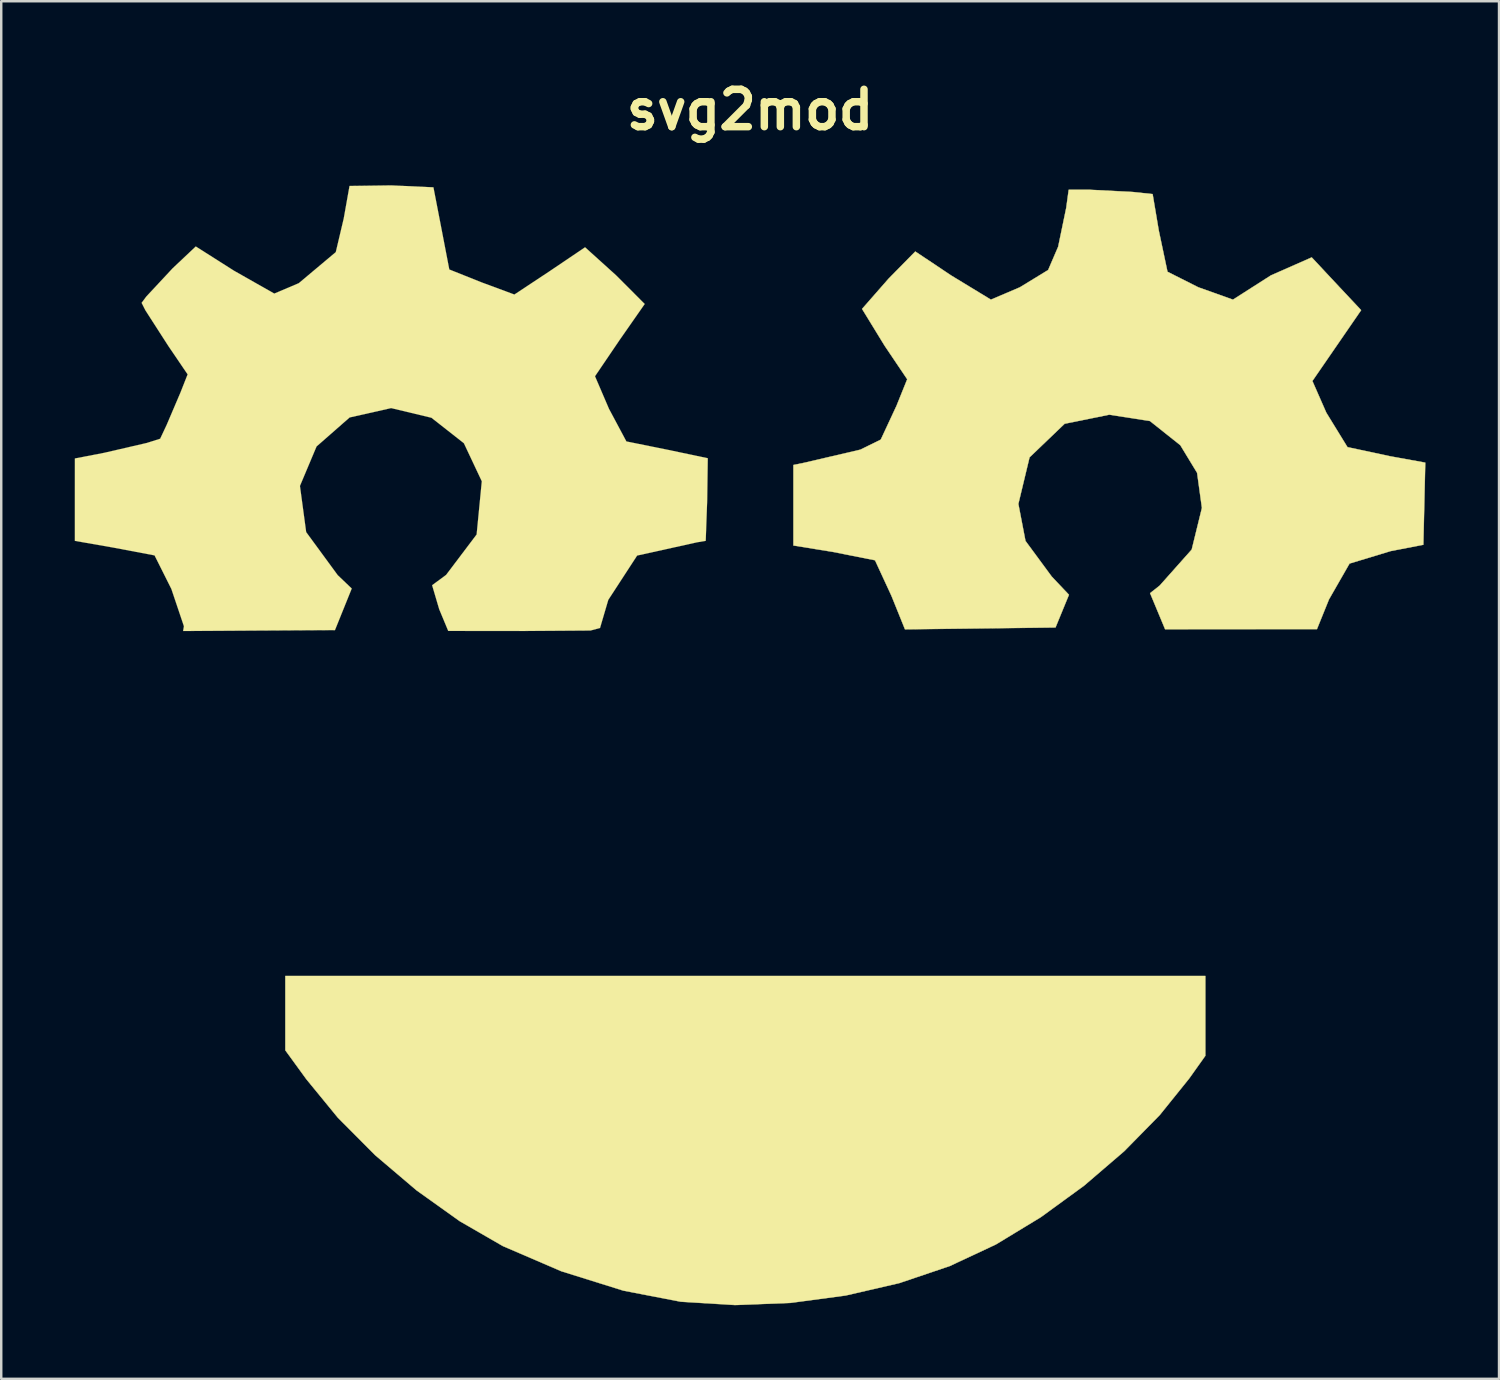
<source format=kicad_pcb>
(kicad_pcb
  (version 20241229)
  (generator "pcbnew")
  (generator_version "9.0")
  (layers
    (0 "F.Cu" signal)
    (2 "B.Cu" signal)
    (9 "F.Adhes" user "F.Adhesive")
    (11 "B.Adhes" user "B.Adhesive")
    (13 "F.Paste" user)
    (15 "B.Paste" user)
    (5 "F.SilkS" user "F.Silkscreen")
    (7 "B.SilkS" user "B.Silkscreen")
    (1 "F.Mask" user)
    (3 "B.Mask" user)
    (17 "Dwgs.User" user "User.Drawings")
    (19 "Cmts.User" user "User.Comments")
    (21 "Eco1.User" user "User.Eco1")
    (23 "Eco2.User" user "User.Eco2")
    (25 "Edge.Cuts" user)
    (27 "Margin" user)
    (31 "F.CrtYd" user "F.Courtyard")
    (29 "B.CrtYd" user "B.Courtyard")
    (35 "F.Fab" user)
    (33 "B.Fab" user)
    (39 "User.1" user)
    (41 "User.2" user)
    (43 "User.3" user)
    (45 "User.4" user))
  (footprint "svg2mod"
    (layer "F.Cu")
    (at 27.535 27.503)
    (property "Reference" "svg2mod" (at 0 -26.077 0) (layer "F.SilkS") (effects (font (size 1.524 1.524) (thickness 0.305))))
    (attr smd)
    (fp_poly (pts (xy -2.828 22.525) (xy -5.168 22.073) (xy -7.698 21.282) (xy -10.081 20.256) (xy -11.838 19.242) (xy -13.6 17.984) (xy -15.285 16.552) (xy -16.811 15.018) (xy -18.093 13.452) (xy -18.951 12.272) (xy -18.951 10.757) (xy -18.951 9.242) (xy -0.193 9.242) (xy 18.564 9.242) (xy 18.564 10.869) (xy 18.564 12.496) (xy 17.904 13.424) (xy 16.704 14.914) (xy 15.255 16.389) (xy 13.618 17.794) (xy 11.855 19.078) (xy 10.025 20.189) (xy 8.144 21.07) (xy 6.082 21.767) (xy 3.897 22.272) (xy 1.645 22.574) (xy -0.616 22.661) (xy -2.828 22.525)) (stroke (width 0.014) (type solid)) (fill yes) (layer "F.SilkS"))
    (fp_poly (pts (xy 5.764 -6.259) (xy 5.094 -7.708) (xy 3.371 -8.05) (xy 1.766 -8.31) (xy 1.766 -9.952) (xy 1.766 -11.593) (xy 2.221 -11.686) (xy 4.497 -12.218) (xy 5.329 -12.628) (xy 5.969 -14.003) (xy 6.407 -15.089) (xy 5.486 -16.456) (xy 4.566 -17.957) (xy 5.651 -19.195) (xy 6.736 -20.298) (xy 8.205 -19.317) (xy 9.819 -18.335) (xy 11.001 -18.839) (xy 12.154 -19.544) (xy 12.562 -20.493) (xy 12.891 -22.079) (xy 12.991 -22.814) (xy 13.867 -22.814) (xy 15.579 -22.727) (xy 16.414 -22.639) (xy 16.665 -21.152) (xy 17.02 -19.472) (xy 18.275 -18.84) (xy 19.689 -18.335) (xy 21.237 -19.324) (xy 22.901 -20.058) (xy 24.025 -18.855) (xy 24.916 -17.906) (xy 23.922 -16.462) (xy 22.928 -15.018) (xy 23.496 -13.725) (xy 24.359 -12.321) (xy 26.092 -11.95) (xy 27.531 -11.689) (xy 27.492 -10.015) (xy 27.453 -8.34) (xy 26.123 -8.083) (xy 24.443 -7.574) (xy 23.604 -6.111) (xy 23.114 -4.9) (xy 20.018 -4.898) (xy 16.922 -4.897) (xy 16.616 -5.631) (xy 16.31 -6.366) (xy 16.702 -6.676) (xy 18.007 -8.143) (xy 18.424 -9.842) (xy 18.227 -11.274) (xy 17.543 -12.4) (xy 16.303 -13.386) (xy 14.645 -13.644) (xy 12.825 -13.274) (xy 11.395 -11.904) (xy 10.939 -10.006) (xy 11.23 -8.496) (xy 12.299 -7.044) (xy 13.002 -6.301) (xy 12.728 -5.634) (xy 12.454 -4.967) (xy 9.385 -4.929) (xy 6.316 -4.892) (xy 5.764 -6.259) (xy 5.764 -6.259)) (stroke (width 0.014) (type solid)) (fill yes) (layer "F.SilkS"))
    (fp_poly (pts (xy -23.085 -5.017) (xy -23.597 -6.538) (xy -24.283 -7.907) (xy -25.974 -8.227) (xy -27.531 -8.499) (xy -27.531 -10.179) (xy -27.53 -11.859) (xy -26.336 -12.089) (xy -24.598 -12.491) (xy -24.054 -12.663) (xy -23.787 -13.232) (xy -23.227 -14.545) (xy -22.934 -15.288) (xy -23.719 -16.443) (xy -24.657 -17.901) (xy -24.81 -18.204) (xy -24.619 -18.461) (xy -23.543 -19.616) (xy -22.602 -20.503) (xy -21.047 -19.516) (xy -19.401 -18.582) (xy -18.402 -19.006) (xy -16.893 -20.273) (xy -16.569 -21.644) (xy -16.333 -22.97) (xy -14.637 -22.994) (xy -12.912 -22.915) (xy -12.587 -21.237) (xy -12.265 -19.565) (xy -10.943 -19.037) (xy -9.611 -18.543) (xy -8.181 -19.489) (xy -6.729 -20.47) (xy -5.468 -19.331) (xy -4.297 -18.158) (xy -5.31 -16.706) (xy -6.324 -15.211) (xy -5.754 -13.883) (xy -5.044 -12.553) (xy -3.333 -12.207) (xy -1.725 -11.868) (xy -1.749 -10.166) (xy -1.809 -8.5) (xy -2.159 -8.441) (xy -4.606 -7.9) (xy -5.782 -6.093) (xy -6.119 -4.947) (xy -6.508 -4.843) (xy -9.175 -4.825) (xy -12.308 -4.826) (xy -12.676 -5.71) (xy -12.965 -6.69) (xy -12.395 -7.111) (xy -11.15 -8.759) (xy -10.939 -10.929) (xy -11.67 -12.481) (xy -12.993 -13.519) (xy -14.636 -13.913) (xy -16.329 -13.531) (xy -17.678 -12.348) (xy -18.355 -10.739) (xy -18.101 -8.856) (xy -16.815 -7.101) (xy -16.243 -6.555) (xy -16.585 -5.707) (xy -16.927 -4.86) (xy -20.023 -4.842) (xy -23.118 -4.823) (xy -23.085 -5.017) (xy -23.085 -5.017)) (stroke (width 0.007) (type solid)) (fill yes) (layer "F.SilkS")))
  (gr_rect
    (start -3 -3)
    (end 58.073 53.172)
    (stroke (width 0.1) (type default))
    (fill no)
    (layer "Edge.Cuts")))
</source>
